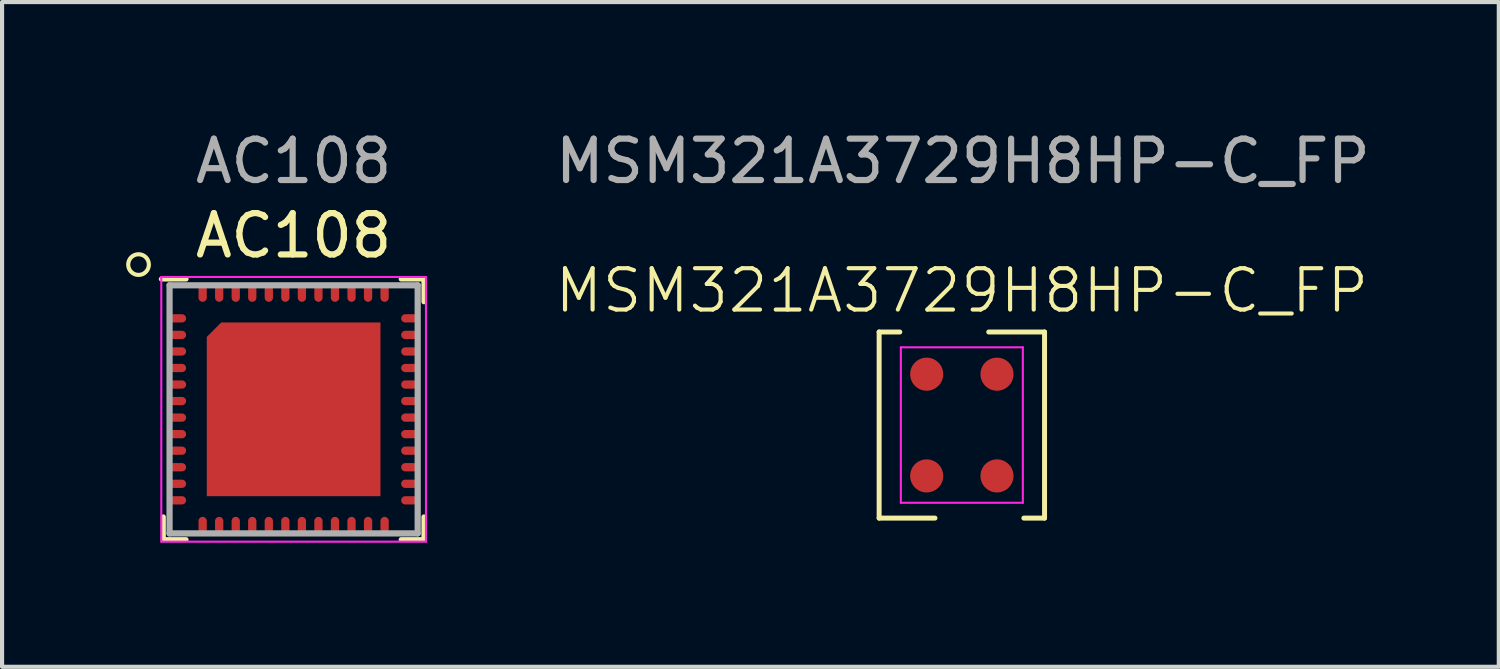
<source format=kicad_pcb>
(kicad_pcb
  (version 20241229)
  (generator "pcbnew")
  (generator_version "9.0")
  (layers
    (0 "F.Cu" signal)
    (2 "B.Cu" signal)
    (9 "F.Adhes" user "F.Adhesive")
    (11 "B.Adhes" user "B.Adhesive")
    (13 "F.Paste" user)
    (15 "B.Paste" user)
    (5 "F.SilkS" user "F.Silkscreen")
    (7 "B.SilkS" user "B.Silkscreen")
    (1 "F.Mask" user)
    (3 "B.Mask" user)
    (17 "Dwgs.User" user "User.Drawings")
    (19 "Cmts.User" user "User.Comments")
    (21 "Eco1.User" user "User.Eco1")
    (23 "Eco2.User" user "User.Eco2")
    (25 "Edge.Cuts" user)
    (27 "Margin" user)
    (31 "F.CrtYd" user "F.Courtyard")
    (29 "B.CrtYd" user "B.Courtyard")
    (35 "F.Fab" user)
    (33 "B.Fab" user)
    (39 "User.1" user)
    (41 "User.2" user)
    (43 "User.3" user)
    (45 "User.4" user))
  (footprint "MSM321A3729H8HP-C_FP"
    (layer "F.Cu")
    (at 20.233 7.348)
    (property "Reference" "MSM321A3729H8HP-C_FP" (at -0.025 -3.37 0) (unlocked yes) (layer "F.SilkS") (effects (font (size 1 1) (thickness 0.1))))
    (attr smd)
    (fp_line (start -2.025 -2.37) (end -2.025 2.13) (stroke (width 0.12) (type default)) (layer "F.SilkS"))
    (fp_line (start -2.025 2.13) (end -0.675 2.13) (stroke (width 0.12) (type default)) (layer "F.SilkS"))
    (fp_line (start -1.525 -2.37) (end -2.025 -2.37) (stroke (width 0.12) (type default)) (layer "F.SilkS"))
    (fp_line (start 0.625 -2.37) (end 1.975 -2.37) (stroke (width 0.12) (type default)) (layer "F.SilkS"))
    (fp_line (start 1.975 -2.37) (end 1.975 2.13) (stroke (width 0.12) (type default)) (layer "F.SilkS"))
    (fp_line (start 1.975 2.13) (end 1.475 2.13) (stroke (width 0.12) (type default)) (layer "F.SilkS"))
    (fp_line (start -1.5 -2) (end 1.45 -2) (stroke (width 0.05) (type default)) (layer "F.CrtYd"))
    (fp_line (start -1.5 1.76) (end -1.5 -2) (stroke (width 0.05) (type default)) (layer "F.CrtYd"))
    (fp_line (start 1.45 -2) (end 1.45 1.76) (stroke (width 0.05) (type default)) (layer "F.CrtYd"))
    (fp_line (start 1.45 1.76) (end -1.5 1.76) (stroke (width 0.05) (type default)) (layer "F.CrtYd"))
    (fp_text user "${REFERENCE}" (at 0 -6.5 0) (layer "F.Fab") (effects (font (size 1 1) (thickness 0.15))))
    (pad "1" smd circle (at -0.875 -1.35) (size 0.8 0.8) (layers "F.Cu" "F.Mask" "F.Paste"))
    (pad "2" smd circle (at -0.875 1.11) (size 0.8 0.8) (layers "F.Cu" "F.Mask" "F.Paste"))
    (pad "3" smd circle (at 0.825 -1.35) (size 0.8 0.8) (layers "F.Cu" "F.Mask" "F.Paste"))
    (pad "4" smd circle (at 0.825 1.11) (size 0.8 0.8) (layers "F.Cu" "F.Mask" "F.Paste")))
  (footprint "AC108"
    (layer "F.Cu")
    (at 4.05 6.848)
    (property "Reference" "AC108" (at 0 -4.2 0) (layer "F.SilkS") (effects (font (size 1 1) (thickness 0.15))))
    (attr smd)
    (fp_line (start -3.15 3.15) (end -3.15 2.6) (stroke (width 0.12) (type default)) (layer "F.SilkS"))
    (fp_line (start -2.6 -3.15) (end -3.2 -3.15) (stroke (width 0.12) (type default)) (layer "F.SilkS"))
    (fp_line (start -2.6 3.15) (end -3.15 3.15) (stroke (width 0.12) (type default)) (layer "F.SilkS"))
    (fp_line (start 2.6 -3.15) (end 3.15 -3.15) (stroke (width 0.12) (type default)) (layer "F.SilkS"))
    (fp_line (start 2.6 3.15) (end 3.15 3.15) (stroke (width 0.12) (type default)) (layer "F.SilkS"))
    (fp_line (start 3.15 -3.15) (end 3.15 -2.6) (stroke (width 0.12) (type default)) (layer "F.SilkS"))
    (fp_line (start 3.15 3.15) (end 3.15 2.6) (stroke (width 0.12) (type default)) (layer "F.SilkS"))
    (fp_circle (center -3.75 -3.5) (end -3.5 -3.5) (stroke (width 0.1) (type default)) (fill no) (layer "F.SilkS"))
    (fp_line (start -3.2 -3.2) (end 3.2 -3.2) (stroke (width 0.05) (type default)) (layer "F.CrtYd"))
    (fp_line (start -3.2 3.2) (end -3.2 -3.2) (stroke (width 0.05) (type default)) (layer "F.CrtYd"))
    (fp_line (start 3.2 -3.2) (end 3.2 3.2) (stroke (width 0.05) (type default)) (layer "F.CrtYd"))
    (fp_line (start 3.2 3.2) (end -3.2 3.2) (stroke (width 0.05) (type default)) (layer "F.CrtYd"))
    (fp_line (start -3 -3) (end -3 3) (stroke (width 0.15) (type default)) (layer "F.Fab"))
    (fp_line (start -3 3) (end 3 3) (stroke (width 0.15) (type default)) (layer "F.Fab"))
    (fp_line (start 3 -3) (end -3 -3) (stroke (width 0.15) (type default)) (layer "F.Fab"))
    (fp_line (start 3 3) (end 3 -3) (stroke (width 0.15) (type default)) (layer "F.Fab"))
    (fp_text user "${REFERENCE}" (at 0 -6 0) (layer "F.Fab") (effects (font (size 1 1) (thickness 0.15))))
    (pad "" smd rect (at -1.575 -1.575) (size 0.35 0.35) (layers "F.Paste"))
    (pad "" smd rect (at -1.575 -0.525) (size 0.35 0.35) (layers "F.Paste"))
    (pad "" smd rect (at -1.575 0.525) (size 0.35 0.35) (layers "F.Paste"))
    (pad "" smd rect (at -1.575 1.575) (size 0.35 0.35) (layers "F.Paste"))
    (pad "" smd rect (at -0.525 -1.575) (size 0.35 0.35) (layers "F.Paste"))
    (pad "" smd rect (at -0.525 -0.525) (size 0.35 0.35) (layers "F.Paste"))
    (pad "" smd rect (at -0.525 0.525) (size 0.35 0.35) (layers "F.Paste"))
    (pad "" smd rect (at -0.525 1.575) (size 0.35 0.35) (layers "F.Paste"))
    (pad "" smd rect (at 0.525 -1.575) (size 0.35 0.35) (layers "F.Paste"))
    (pad "" smd rect (at 0.525 -0.525) (size 0.35 0.35) (layers "F.Paste"))
    (pad "" smd rect (at 0.525 0.525) (size 0.35 0.35) (layers "F.Paste"))
    (pad "" smd rect (at 0.525 1.575) (size 0.35 0.35) (layers "F.Paste"))
    (pad "" smd rect (at 1.575 -1.575) (size 0.35 0.35) (layers "F.Paste"))
    (pad "" smd rect (at 1.575 -0.525) (size 0.35 0.35) (layers "F.Paste"))
    (pad "" smd rect (at 1.575 0.525) (size 0.35 0.35) (layers "F.Paste"))
    (pad "" smd rect (at 1.575 1.575) (size 0.35 0.35) (layers "F.Paste"))
    (pad "1" smd oval (at -2.8 -2.2 90) (size 0.2 0.4) (layers "F.Cu" "F.Mask" "F.Paste"))
    (pad "2" smd oval (at -2.8 -1.8 90) (size 0.2 0.4) (layers "F.Cu" "F.Mask" "F.Paste"))
    (pad "3" smd oval (at -2.8 -1.4 90) (size 0.2 0.4) (layers "F.Cu" "F.Mask" "F.Paste"))
    (pad "4" smd oval (at -2.8 -1 90) (size 0.2 0.4) (layers "F.Cu" "F.Mask" "F.Paste"))
    (pad "5" smd oval (at -2.8 -0.6 90) (size 0.2 0.4) (layers "F.Cu" "F.Mask" "F.Paste"))
    (pad "6" smd oval (at -2.8 -0.2 90) (size 0.2 0.4) (layers "F.Cu" "F.Mask" "F.Paste"))
    (pad "7" smd oval (at -2.8 0.2 90) (size 0.2 0.4) (layers "F.Cu" "F.Mask" "F.Paste"))
    (pad "8" smd oval (at -2.8 0.6 90) (size 0.2 0.4) (layers "F.Cu" "F.Mask" "F.Paste"))
    (pad "9" smd oval (at -2.8 1 90) (size 0.2 0.4) (layers "F.Cu" "F.Mask" "F.Paste"))
    (pad "10" smd oval (at -2.8 1.4 90) (size 0.2 0.4) (layers "F.Cu" "F.Mask" "F.Paste"))
    (pad "11" smd oval (at -2.8 1.8 90) (size 0.2 0.4) (layers "F.Cu" "F.Mask" "F.Paste"))
    (pad "12" smd oval (at -2.8 2.2 90) (size 0.2 0.4) (layers "F.Cu" "F.Mask" "F.Paste"))
    (pad "13" smd oval (at -2.2 2.8) (size 0.2 0.4) (layers "F.Cu" "F.Mask" "F.Paste"))
    (pad "14" smd oval (at -1.8 2.8) (size 0.2 0.4) (layers "F.Cu" "F.Mask" "F.Paste"))
    (pad "15" smd oval (at -1.4 2.8) (size 0.2 0.4) (layers "F.Cu" "F.Mask" "F.Paste"))
    (pad "16" smd oval (at -1 2.8) (size 0.2 0.4) (layers "F.Cu" "F.Mask" "F.Paste"))
    (pad "17" smd oval (at -0.6 2.8) (size 0.2 0.4) (layers "F.Cu" "F.Mask" "F.Paste"))
    (pad "18" smd oval (at -0.2 2.8) (size 0.2 0.4) (layers "F.Cu" "F.Mask" "F.Paste"))
    (pad "19" smd oval (at 0.2 2.8) (size 0.2 0.4) (layers "F.Cu" "F.Mask" "F.Paste"))
    (pad "20" smd oval (at 0.6 2.8) (size 0.2 0.4) (layers "F.Cu" "F.Mask" "F.Paste"))
    (pad "21" smd oval (at 1 2.8) (size 0.2 0.4) (layers "F.Cu" "F.Mask" "F.Paste"))
    (pad "22" smd oval (at 1.4 2.8) (size 0.2 0.4) (layers "F.Cu" "F.Mask" "F.Paste"))
    (pad "23" smd oval (at 1.8 2.8) (size 0.2 0.4) (layers "F.Cu" "F.Mask" "F.Paste"))
    (pad "24" smd oval (at 2.2 2.8) (size 0.2 0.4) (layers "F.Cu" "F.Mask" "F.Paste"))
    (pad "25" smd oval (at 2.8 2.2 90) (size 0.2 0.4) (layers "F.Cu" "F.Mask" "F.Paste"))
    (pad "26" smd oval (at 2.8 1.8 90) (size 0.2 0.4) (layers "F.Cu" "F.Mask" "F.Paste"))
    (pad "27" smd oval (at 2.8 1.4 90) (size 0.2 0.4) (layers "F.Cu" "F.Mask" "F.Paste"))
    (pad "28" smd oval (at 2.8 1 90) (size 0.2 0.4) (layers "F.Cu" "F.Mask" "F.Paste"))
    (pad "29" smd oval (at 2.8 0.6 90) (size 0.2 0.4) (layers "F.Cu" "F.Mask" "F.Paste"))
    (pad "30" smd oval (at 2.8 0.2 90) (size 0.2 0.4) (layers "F.Cu" "F.Mask" "F.Paste"))
    (pad "31" smd oval (at 2.8 -0.2 90) (size 0.2 0.4) (layers "F.Cu" "F.Mask" "F.Paste"))
    (pad "32" smd oval (at 2.8 -0.6 90) (size 0.2 0.4) (layers "F.Cu" "F.Mask" "F.Paste"))
    (pad "33" smd oval (at 2.8 -1 90) (size 0.2 0.4) (layers "F.Cu" "F.Mask" "F.Paste"))
    (pad "34" smd oval (at 2.8 -1.4 90) (size 0.2 0.4) (layers "F.Cu" "F.Mask" "F.Paste"))
    (pad "35" smd oval (at 2.8 -1.8 90) (size 0.2 0.4) (layers "F.Cu" "F.Mask" "F.Paste"))
    (pad "36" smd oval (at 2.8 -2.2 90) (size 0.2 0.4) (layers "F.Cu" "F.Mask" "F.Paste"))
    (pad "37" smd oval (at 2.2 -2.8) (size 0.2 0.4) (layers "F.Cu" "F.Mask" "F.Paste"))
    (pad "38" smd oval (at 1.8 -2.8) (size 0.2 0.4) (layers "F.Cu" "F.Mask" "F.Paste"))
    (pad "39" smd oval (at 1.4 -2.8) (size 0.2 0.4) (layers "F.Cu" "F.Mask" "F.Paste"))
    (pad "40" smd oval (at 1 -2.8) (size 0.2 0.4) (layers "F.Cu" "F.Mask" "F.Paste"))
    (pad "41" smd oval (at 0.6 -2.8) (size 0.2 0.4) (layers "F.Cu" "F.Mask" "F.Paste"))
    (pad "42" smd oval (at 0.2 -2.8) (size 0.2 0.4) (layers "F.Cu" "F.Mask" "F.Paste"))
    (pad "43" smd oval (at -0.2 -2.8) (size 0.2 0.4) (layers "F.Cu" "F.Mask" "F.Paste"))
    (pad "44" smd oval (at -0.6 -2.8) (size 0.2 0.4) (layers "F.Cu" "F.Mask" "F.Paste"))
    (pad "45" smd oval (at -1 -2.8) (size 0.2 0.4) (layers "F.Cu" "F.Mask" "F.Paste"))
    (pad "46" smd oval (at -1.4 -2.8) (size 0.2 0.4) (layers "F.Cu" "F.Mask" "F.Paste"))
    (pad "47" smd oval (at -1.8 -2.8) (size 0.2 0.4) (layers "F.Cu" "F.Mask" "F.Paste"))
    (pad "48" smd oval (at -2.2 -2.8) (size 0.2 0.4) (layers "F.Cu" "F.Mask" "F.Paste"))
    (pad "49" smd roundrect (at 0 0) (size 4.2 4.2) (layers "F.Cu" "F.Mask") (roundrect_rratio 0) (chamfer_ratio 0.083) (chamfer top_left)))
  (gr_rect
    (start -3 -3)
    (end 33.192 13.073)
    (stroke (width 0.1) (type default))
    (fill no)
    (layer "Edge.Cuts")))
</source>
